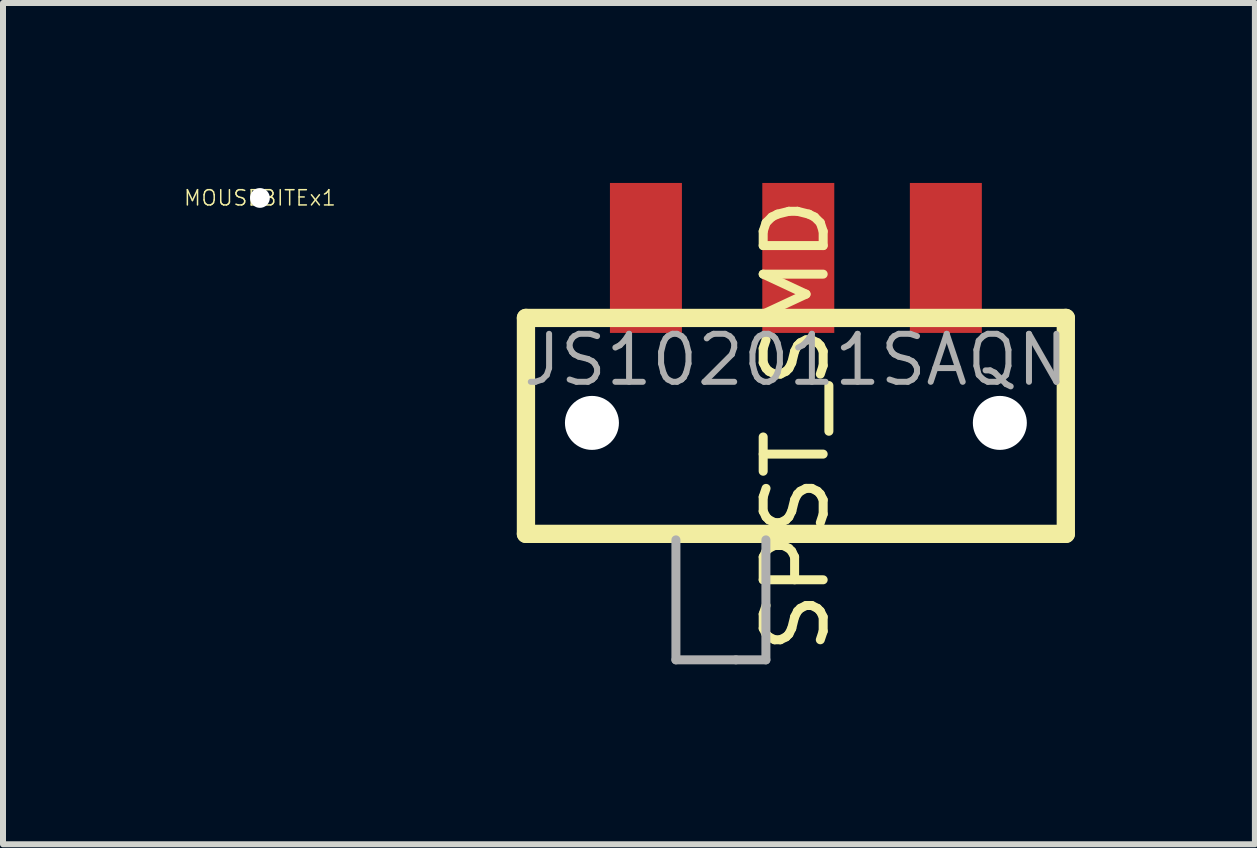
<source format=kicad_pcb>
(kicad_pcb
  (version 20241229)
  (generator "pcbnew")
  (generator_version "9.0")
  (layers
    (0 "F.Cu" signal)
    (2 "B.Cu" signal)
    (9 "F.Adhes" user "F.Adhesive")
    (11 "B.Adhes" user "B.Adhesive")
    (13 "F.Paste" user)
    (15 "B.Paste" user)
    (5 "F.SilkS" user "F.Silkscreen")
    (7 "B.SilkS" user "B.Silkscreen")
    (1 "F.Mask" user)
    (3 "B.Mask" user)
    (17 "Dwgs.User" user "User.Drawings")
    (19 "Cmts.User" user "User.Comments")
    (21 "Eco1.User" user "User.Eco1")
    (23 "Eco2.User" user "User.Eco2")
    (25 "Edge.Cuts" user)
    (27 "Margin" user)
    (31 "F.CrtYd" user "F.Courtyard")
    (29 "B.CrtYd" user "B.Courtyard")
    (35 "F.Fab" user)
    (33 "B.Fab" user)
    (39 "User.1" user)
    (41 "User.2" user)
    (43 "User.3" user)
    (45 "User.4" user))
  (footprint "SPST_SMD"
    (layer "F.Cu")
    (at 10.218 1.25)
    (property "Reference" "SPST_SMD" (at 0 2.794 270) (layer "F.SilkS") (effects (font (size 1 1) (thickness 0.15))))
    (attr through_hole)
    (fp_line (start -4.5 1) (end -4.5 4.6) (stroke (width 0.305) (type solid)) (layer "F.SilkS"))
    (fp_line (start -4.5 1) (end 4.5 1) (stroke (width 0.305) (type solid)) (layer "F.SilkS"))
    (fp_line (start -4.5 4.6) (end 4.5 4.6) (stroke (width 0.305) (type solid)) (layer "F.SilkS"))
    (fp_line (start 4.5 1) (end 4.5 4.6) (stroke (width 0.305) (type solid)) (layer "F.SilkS"))
    (fp_line (start -2 4.7) (end -2 6.7) (stroke (width 0.15) (type solid)) (layer "F.Fab"))
    (fp_line (start -2 6.7) (end -1 6.7) (stroke (width 0.15) (type solid)) (layer "F.Fab"))
    (fp_line (start -1 6.7) (end -0.5 6.7) (stroke (width 0.15) (type solid)) (layer "F.Fab"))
    (fp_line (start -0.5 6.7) (end -0.5 4.7) (stroke (width 0.15) (type solid)) (layer "F.Fab"))
    (fp_text user "JS102011SAQN" (at 0 1.7 0) (layer "F.Fab") (effects (font (size 0.8 0.8) (thickness 0.1))))
    (pad "" np_thru_hole circle (at -3.4 2.75) (size 0.9 0.9) (drill 0.9) (layers "*.Cu" "*.Mask"))
    (pad "" np_thru_hole circle (at 3.4 2.75) (size 0.9 0.9) (drill 0.9) (layers "*.Cu" "*.Mask"))
    (pad "1" smd rect (at -2.5 0) (size 1.2 2.5) (layers "F.Cu" "F.Mask" "F.Paste"))
    (pad "2" smd rect (at 0.04 0) (size 1.2 2.5) (layers "F.Cu" "F.Mask" "F.Paste"))
    (pad "3" smd rect (at 2.5 0) (size 1.2 2.5) (layers "F.Cu" "F.Mask" "F.Paste")))
  (footprint "MOUSEBITEx1"
    (layer "F.Cu")
    (at 1.283 0.25)
    (property "Reference" "MOUSEBITEx1" (at 0 0 0) (layer "F.SilkS") (effects (font (size 0.254 0.254) (thickness 0.025))))
    (attr through_hole)
    (pad "" np_thru_hole circle (at 0 0) (size 0.33 0.33) (drill 0.33) (layers "*.Cu" "*.Mask")))
  (gr_rect
    (start -3 -3)
    (end 17.87 11.025)
    (stroke (width 0.1) (type default))
    (fill no)
    (layer "Edge.Cuts")))
</source>
